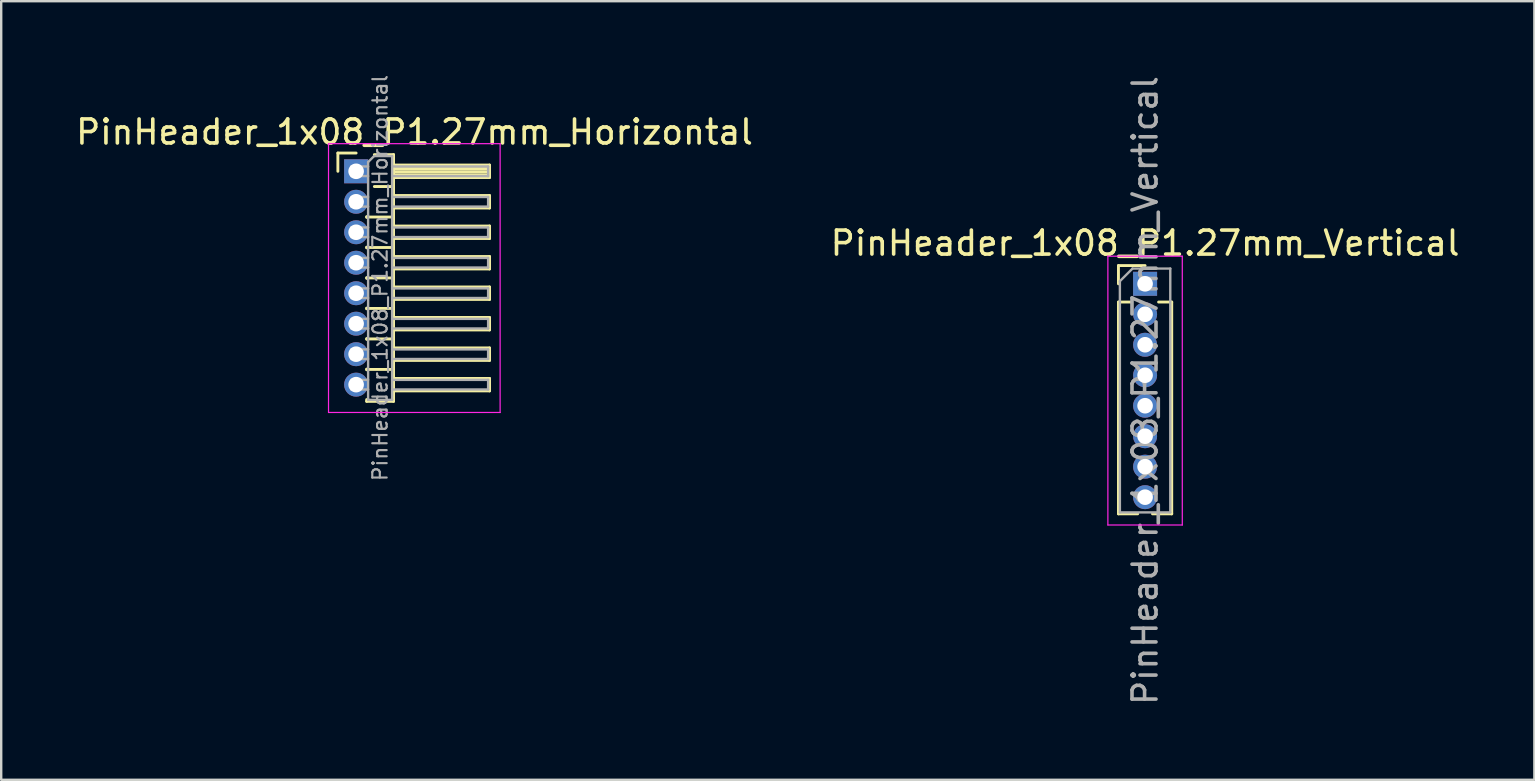
<source format=kicad_pcb>
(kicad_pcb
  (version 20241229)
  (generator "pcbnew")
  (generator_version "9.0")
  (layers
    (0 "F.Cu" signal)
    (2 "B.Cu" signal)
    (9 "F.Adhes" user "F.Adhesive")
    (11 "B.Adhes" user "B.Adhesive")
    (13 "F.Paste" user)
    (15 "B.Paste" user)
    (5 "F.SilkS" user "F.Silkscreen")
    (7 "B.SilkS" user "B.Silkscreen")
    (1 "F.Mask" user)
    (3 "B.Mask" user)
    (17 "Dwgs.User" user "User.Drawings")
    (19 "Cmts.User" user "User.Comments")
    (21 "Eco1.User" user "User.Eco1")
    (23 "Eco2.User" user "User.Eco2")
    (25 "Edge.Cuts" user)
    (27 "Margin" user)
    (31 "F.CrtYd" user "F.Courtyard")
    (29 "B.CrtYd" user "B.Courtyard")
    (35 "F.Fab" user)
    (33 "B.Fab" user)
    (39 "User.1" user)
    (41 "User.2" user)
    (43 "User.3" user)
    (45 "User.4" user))
  (footprint "PinHeader_1x08_P1.27mm_Vertical"
    (layer "F.Cu")
    (at 44.661 8.775)
    (property "Reference" "PinHeader_1x08_P1.27mm_Vertical" (at 0 -1.695 0) (layer "F.SilkS") (effects (font (size 1 1) (thickness 0.15))))
    (attr through_hole)
    (fp_line (start -1.11 -0.76) (end 0 -0.76) (stroke (width 0.12) (type solid)) (layer "F.SilkS"))
    (fp_line (start -1.11 0) (end -1.11 -0.76) (stroke (width 0.12) (type solid)) (layer "F.SilkS"))
    (fp_line (start -1.11 0.76) (end -1.11 9.585) (stroke (width 0.12) (type solid)) (layer "F.SilkS"))
    (fp_line (start -1.11 0.76) (end -0.563 0.76) (stroke (width 0.12) (type solid)) (layer "F.SilkS"))
    (fp_line (start -1.11 9.585) (end -0.308 9.585) (stroke (width 0.12) (type solid)) (layer "F.SilkS"))
    (fp_line (start 0.308 9.585) (end 1.11 9.585) (stroke (width 0.12) (type solid)) (layer "F.SilkS"))
    (fp_line (start 0.563 0.76) (end 1.11 0.76) (stroke (width 0.12) (type solid)) (layer "F.SilkS"))
    (fp_line (start 1.11 0.76) (end 1.11 9.585) (stroke (width 0.12) (type solid)) (layer "F.SilkS"))
    (fp_line (start -1.55 -1.15) (end -1.55 10.05) (stroke (width 0.05) (type solid)) (layer "F.CrtYd"))
    (fp_line (start -1.55 10.05) (end 1.55 10.05) (stroke (width 0.05) (type solid)) (layer "F.CrtYd"))
    (fp_line (start 1.55 -1.15) (end -1.55 -1.15) (stroke (width 0.05) (type solid)) (layer "F.CrtYd"))
    (fp_line (start 1.55 10.05) (end 1.55 -1.15) (stroke (width 0.05) (type solid)) (layer "F.CrtYd"))
    (fp_line (start -1.05 -0.11) (end -0.525 -0.635) (stroke (width 0.1) (type solid)) (layer "F.Fab"))
    (fp_line (start -1.05 9.525) (end -1.05 -0.11) (stroke (width 0.1) (type solid)) (layer "F.Fab"))
    (fp_line (start -0.525 -0.635) (end 1.05 -0.635) (stroke (width 0.1) (type solid)) (layer "F.Fab"))
    (fp_line (start 1.05 -0.635) (end 1.05 9.525) (stroke (width 0.1) (type solid)) (layer "F.Fab"))
    (fp_line (start 1.05 9.525) (end -1.05 9.525) (stroke (width 0.1) (type solid)) (layer "F.Fab"))
    (fp_text user "${REFERENCE}" (at 0 4.445 90) (layer "F.Fab") (effects (font (size 1 1) (thickness 0.15))))
    (pad "1" thru_hole rect (at 0 0) (size 1 1) (drill 0.65) (layers "*.Cu" "*.Mask"))
    (pad "2" thru_hole oval (at 0 1.27) (size 1 1) (drill 0.65) (layers "*.Cu" "*.Mask"))
    (pad "3" thru_hole oval (at 0 2.54) (size 1 1) (drill 0.65) (layers "*.Cu" "*.Mask"))
    (pad "4" thru_hole oval (at 0 3.81) (size 1 1) (drill 0.65) (layers "*.Cu" "*.Mask"))
    (pad "5" thru_hole oval (at 0 5.08) (size 1 1) (drill 0.65) (layers "*.Cu" "*.Mask"))
    (pad "6" thru_hole oval (at 0 6.35) (size 1 1) (drill 0.65) (layers "*.Cu" "*.Mask"))
    (pad "7" thru_hole oval (at 0 7.62) (size 1 1) (drill 0.65) (layers "*.Cu" "*.Mask"))
    (pad "8" thru_hole oval (at 0 8.89) (size 1 1) (drill 0.65) (layers "*.Cu" "*.Mask")))
  (footprint "PinHeader_1x08_P1.27mm_Horizontal"
    (layer "F.Cu")
    (at 11.788 4.087)
    (property "Reference" "PinHeader_1x08_P1.27mm_Horizontal" (at 2.433 -1.635 0) (layer "F.SilkS") (effects (font (size 1 1) (thickness 0.15))))
    (attr through_hole)
    (fp_line (start -0.76 -0.76) (end 0 -0.76) (stroke (width 0.12) (type solid)) (layer "F.SilkS"))
    (fp_line (start -0.76 0) (end -0.76 -0.76) (stroke (width 0.12) (type solid)) (layer "F.SilkS"))
    (fp_line (start 0.44 1.89) (end 0.44 1.92) (stroke (width 0.12) (type solid)) (layer "F.SilkS"))
    (fp_line (start 0.44 1.905) (end 1.56 1.905) (stroke (width 0.12) (type solid)) (layer "F.SilkS"))
    (fp_line (start 0.44 3.16) (end 0.44 3.19) (stroke (width 0.12) (type solid)) (layer "F.SilkS"))
    (fp_line (start 0.44 3.175) (end 1.56 3.175) (stroke (width 0.12) (type solid)) (layer "F.SilkS"))
    (fp_line (start 0.44 4.43) (end 0.44 4.46) (stroke (width 0.12) (type solid)) (layer "F.SilkS"))
    (fp_line (start 0.44 4.445) (end 1.56 4.445) (stroke (width 0.12) (type solid)) (layer "F.SilkS"))
    (fp_line (start 0.44 5.7) (end 0.44 5.73) (stroke (width 0.12) (type solid)) (layer "F.SilkS"))
    (fp_line (start 0.44 5.715) (end 1.56 5.715) (stroke (width 0.12) (type solid)) (layer "F.SilkS"))
    (fp_line (start 0.44 6.97) (end 0.44 7) (stroke (width 0.12) (type solid)) (layer "F.SilkS"))
    (fp_line (start 0.44 6.985) (end 1.56 6.985) (stroke (width 0.12) (type solid)) (layer "F.SilkS"))
    (fp_line (start 0.44 8.24) (end 0.44 8.27) (stroke (width 0.12) (type solid)) (layer "F.SilkS"))
    (fp_line (start 0.44 8.255) (end 1.56 8.255) (stroke (width 0.12) (type solid)) (layer "F.SilkS"))
    (fp_line (start 0.44 9.585) (end 0.44 9.51) (stroke (width 0.12) (type solid)) (layer "F.SilkS"))
    (fp_line (start 0.76 -0.695) (end 1.56 -0.695) (stroke (width 0.12) (type solid)) (layer "F.SilkS"))
    (fp_line (start 0.76 0.635) (end 1.56 0.635) (stroke (width 0.12) (type solid)) (layer "F.SilkS"))
    (fp_line (start 1.56 -0.695) (end 1.56 9.585) (stroke (width 0.12) (type solid)) (layer "F.SilkS"))
    (fp_line (start 1.56 -0.26) (end 5.56 -0.26) (stroke (width 0.12) (type solid)) (layer "F.SilkS"))
    (fp_line (start 1.56 -0.2) (end 5.56 -0.2) (stroke (width 0.12) (type solid)) (layer "F.SilkS"))
    (fp_line (start 1.56 -0.08) (end 5.56 -0.08) (stroke (width 0.12) (type solid)) (layer "F.SilkS"))
    (fp_line (start 1.56 0.04) (end 5.56 0.04) (stroke (width 0.12) (type solid)) (layer "F.SilkS"))
    (fp_line (start 1.56 0.16) (end 5.56 0.16) (stroke (width 0.12) (type solid)) (layer "F.SilkS"))
    (fp_line (start 1.56 1.01) (end 5.56 1.01) (stroke (width 0.12) (type solid)) (layer "F.SilkS"))
    (fp_line (start 1.56 2.28) (end 5.56 2.28) (stroke (width 0.12) (type solid)) (layer "F.SilkS"))
    (fp_line (start 1.56 3.55) (end 5.56 3.55) (stroke (width 0.12) (type solid)) (layer "F.SilkS"))
    (fp_line (start 1.56 4.82) (end 5.56 4.82) (stroke (width 0.12) (type solid)) (layer "F.SilkS"))
    (fp_line (start 1.56 6.09) (end 5.56 6.09) (stroke (width 0.12) (type solid)) (layer "F.SilkS"))
    (fp_line (start 1.56 7.36) (end 5.56 7.36) (stroke (width 0.12) (type solid)) (layer "F.SilkS"))
    (fp_line (start 1.56 8.63) (end 5.56 8.63) (stroke (width 0.12) (type solid)) (layer "F.SilkS"))
    (fp_line (start 1.56 9.585) (end 0.44 9.585) (stroke (width 0.12) (type solid)) (layer "F.SilkS"))
    (fp_line (start 5.56 -0.26) (end 5.56 0.26) (stroke (width 0.12) (type solid)) (layer "F.SilkS"))
    (fp_line (start 5.56 0.26) (end 1.56 0.26) (stroke (width 0.12) (type solid)) (layer "F.SilkS"))
    (fp_line (start 5.56 1.01) (end 5.56 1.53) (stroke (width 0.12) (type solid)) (layer "F.SilkS"))
    (fp_line (start 5.56 1.53) (end 1.56 1.53) (stroke (width 0.12) (type solid)) (layer "F.SilkS"))
    (fp_line (start 5.56 2.28) (end 5.56 2.8) (stroke (width 0.12) (type solid)) (layer "F.SilkS"))
    (fp_line (start 5.56 2.8) (end 1.56 2.8) (stroke (width 0.12) (type solid)) (layer "F.SilkS"))
    (fp_line (start 5.56 3.55) (end 5.56 4.07) (stroke (width 0.12) (type solid)) (layer "F.SilkS"))
    (fp_line (start 5.56 4.07) (end 1.56 4.07) (stroke (width 0.12) (type solid)) (layer "F.SilkS"))
    (fp_line (start 5.56 4.82) (end 5.56 5.34) (stroke (width 0.12) (type solid)) (layer "F.SilkS"))
    (fp_line (start 5.56 5.34) (end 1.56 5.34) (stroke (width 0.12) (type solid)) (layer "F.SilkS"))
    (fp_line (start 5.56 6.09) (end 5.56 6.61) (stroke (width 0.12) (type solid)) (layer "F.SilkS"))
    (fp_line (start 5.56 6.61) (end 1.56 6.61) (stroke (width 0.12) (type solid)) (layer "F.SilkS"))
    (fp_line (start 5.56 7.36) (end 5.56 7.88) (stroke (width 0.12) (type solid)) (layer "F.SilkS"))
    (fp_line (start 5.56 7.88) (end 1.56 7.88) (stroke (width 0.12) (type solid)) (layer "F.SilkS"))
    (fp_line (start 5.56 8.63) (end 5.56 9.15) (stroke (width 0.12) (type solid)) (layer "F.SilkS"))
    (fp_line (start 5.56 9.15) (end 1.56 9.15) (stroke (width 0.12) (type solid)) (layer "F.SilkS"))
    (fp_line (start -1.15 -1.15) (end -1.15 10.05) (stroke (width 0.05) (type solid)) (layer "F.CrtYd"))
    (fp_line (start -1.15 10.05) (end 6 10.05) (stroke (width 0.05) (type solid)) (layer "F.CrtYd"))
    (fp_line (start 6 -1.15) (end -1.15 -1.15) (stroke (width 0.05) (type solid)) (layer "F.CrtYd"))
    (fp_line (start 6 10.05) (end 6 -1.15) (stroke (width 0.05) (type solid)) (layer "F.CrtYd"))
    (fp_line (start -0.2 -0.2) (end -0.2 0.2) (stroke (width 0.1) (type solid)) (layer "F.Fab"))
    (fp_line (start -0.2 -0.2) (end 0.5 -0.2) (stroke (width 0.1) (type solid)) (layer "F.Fab"))
    (fp_line (start -0.2 0.2) (end 0.5 0.2) (stroke (width 0.1) (type solid)) (layer "F.Fab"))
    (fp_line (start -0.2 1.07) (end -0.2 1.47) (stroke (width 0.1) (type solid)) (layer "F.Fab"))
    (fp_line (start -0.2 1.07) (end 0.5 1.07) (stroke (width 0.1) (type solid)) (layer "F.Fab"))
    (fp_line (start -0.2 1.47) (end 0.5 1.47) (stroke (width 0.1) (type solid)) (layer "F.Fab"))
    (fp_line (start -0.2 2.34) (end -0.2 2.74) (stroke (width 0.1) (type solid)) (layer "F.Fab"))
    (fp_line (start -0.2 2.34) (end 0.5 2.34) (stroke (width 0.1) (type solid)) (layer "F.Fab"))
    (fp_line (start -0.2 2.74) (end 0.5 2.74) (stroke (width 0.1) (type solid)) (layer "F.Fab"))
    (fp_line (start -0.2 3.61) (end -0.2 4.01) (stroke (width 0.1) (type solid)) (layer "F.Fab"))
    (fp_line (start -0.2 3.61) (end 0.5 3.61) (stroke (width 0.1) (type solid)) (layer "F.Fab"))
    (fp_line (start -0.2 4.01) (end 0.5 4.01) (stroke (width 0.1) (type solid)) (layer "F.Fab"))
    (fp_line (start -0.2 4.88) (end -0.2 5.28) (stroke (width 0.1) (type solid)) (layer "F.Fab"))
    (fp_line (start -0.2 4.88) (end 0.5 4.88) (stroke (width 0.1) (type solid)) (layer "F.Fab"))
    (fp_line (start -0.2 5.28) (end 0.5 5.28) (stroke (width 0.1) (type solid)) (layer "F.Fab"))
    (fp_line (start -0.2 6.15) (end -0.2 6.55) (stroke (width 0.1) (type solid)) (layer "F.Fab"))
    (fp_line (start -0.2 6.15) (end 0.5 6.15) (stroke (width 0.1) (type solid)) (layer "F.Fab"))
    (fp_line (start -0.2 6.55) (end 0.5 6.55) (stroke (width 0.1) (type solid)) (layer "F.Fab"))
    (fp_line (start -0.2 7.42) (end -0.2 7.82) (stroke (width 0.1) (type solid)) (layer "F.Fab"))
    (fp_line (start -0.2 7.42) (end 0.5 7.42) (stroke (width 0.1) (type solid)) (layer "F.Fab"))
    (fp_line (start -0.2 7.82) (end 0.5 7.82) (stroke (width 0.1) (type solid)) (layer "F.Fab"))
    (fp_line (start -0.2 8.69) (end -0.2 9.09) (stroke (width 0.1) (type solid)) (layer "F.Fab"))
    (fp_line (start -0.2 8.69) (end 0.5 8.69) (stroke (width 0.1) (type solid)) (layer "F.Fab"))
    (fp_line (start -0.2 9.09) (end 0.5 9.09) (stroke (width 0.1) (type solid)) (layer "F.Fab"))
    (fp_line (start 0.5 -0.385) (end 0.75 -0.635) (stroke (width 0.1) (type solid)) (layer "F.Fab"))
    (fp_line (start 0.5 9.525) (end 0.5 -0.385) (stroke (width 0.1) (type solid)) (layer "F.Fab"))
    (fp_line (start 0.75 -0.635) (end 1.5 -0.635) (stroke (width 0.1) (type solid)) (layer "F.Fab"))
    (fp_line (start 1.5 -0.635) (end 1.5 9.525) (stroke (width 0.1) (type solid)) (layer "F.Fab"))
    (fp_line (start 1.5 -0.2) (end 5.5 -0.2) (stroke (width 0.1) (type solid)) (layer "F.Fab"))
    (fp_line (start 1.5 0.2) (end 5.5 0.2) (stroke (width 0.1) (type solid)) (layer "F.Fab"))
    (fp_line (start 1.5 1.07) (end 5.5 1.07) (stroke (width 0.1) (type solid)) (layer "F.Fab"))
    (fp_line (start 1.5 1.47) (end 5.5 1.47) (stroke (width 0.1) (type solid)) (layer "F.Fab"))
    (fp_line (start 1.5 2.34) (end 5.5 2.34) (stroke (width 0.1) (type solid)) (layer "F.Fab"))
    (fp_line (start 1.5 2.74) (end 5.5 2.74) (stroke (width 0.1) (type solid)) (layer "F.Fab"))
    (fp_line (start 1.5 3.61) (end 5.5 3.61) (stroke (width 0.1) (type solid)) (layer "F.Fab"))
    (fp_line (start 1.5 4.01) (end 5.5 4.01) (stroke (width 0.1) (type solid)) (layer "F.Fab"))
    (fp_line (start 1.5 4.88) (end 5.5 4.88) (stroke (width 0.1) (type solid)) (layer "F.Fab"))
    (fp_line (start 1.5 5.28) (end 5.5 5.28) (stroke (width 0.1) (type solid)) (layer "F.Fab"))
    (fp_line (start 1.5 6.15) (end 5.5 6.15) (stroke (width 0.1) (type solid)) (layer "F.Fab"))
    (fp_line (start 1.5 6.55) (end 5.5 6.55) (stroke (width 0.1) (type solid)) (layer "F.Fab"))
    (fp_line (start 1.5 7.42) (end 5.5 7.42) (stroke (width 0.1) (type solid)) (layer "F.Fab"))
    (fp_line (start 1.5 7.82) (end 5.5 7.82) (stroke (width 0.1) (type solid)) (layer "F.Fab"))
    (fp_line (start 1.5 8.69) (end 5.5 8.69) (stroke (width 0.1) (type solid)) (layer "F.Fab"))
    (fp_line (start 1.5 9.09) (end 5.5 9.09) (stroke (width 0.1) (type solid)) (layer "F.Fab"))
    (fp_line (start 1.5 9.525) (end 0.5 9.525) (stroke (width 0.1) (type solid)) (layer "F.Fab"))
    (fp_line (start 5.5 -0.2) (end 5.5 0.2) (stroke (width 0.1) (type solid)) (layer "F.Fab"))
    (fp_line (start 5.5 1.07) (end 5.5 1.47) (stroke (width 0.1) (type solid)) (layer "F.Fab"))
    (fp_line (start 5.5 2.34) (end 5.5 2.74) (stroke (width 0.1) (type solid)) (layer "F.Fab"))
    (fp_line (start 5.5 3.61) (end 5.5 4.01) (stroke (width 0.1) (type solid)) (layer "F.Fab"))
    (fp_line (start 5.5 4.88) (end 5.5 5.28) (stroke (width 0.1) (type solid)) (layer "F.Fab"))
    (fp_line (start 5.5 6.15) (end 5.5 6.55) (stroke (width 0.1) (type solid)) (layer "F.Fab"))
    (fp_line (start 5.5 7.42) (end 5.5 7.82) (stroke (width 0.1) (type solid)) (layer "F.Fab"))
    (fp_line (start 5.5 8.69) (end 5.5 9.09) (stroke (width 0.1) (type solid)) (layer "F.Fab"))
    (fp_text user "${REFERENCE}" (at 1 4.445 90) (layer "F.Fab") (effects (font (size 0.6 0.6) (thickness 0.09))))
    (pad "1" thru_hole rect (at 0 0) (size 1 1) (drill 0.65) (layers "*.Cu" "*.Mask"))
    (pad "2" thru_hole oval (at 0 1.27) (size 1 1) (drill 0.65) (layers "*.Cu" "*.Mask"))
    (pad "3" thru_hole oval (at 0 2.54) (size 1 1) (drill 0.65) (layers "*.Cu" "*.Mask"))
    (pad "4" thru_hole oval (at 0 3.81) (size 1 1) (drill 0.65) (layers "*.Cu" "*.Mask"))
    (pad "5" thru_hole oval (at 0 5.08) (size 1 1) (drill 0.65) (layers "*.Cu" "*.Mask"))
    (pad "6" thru_hole oval (at 0 6.35) (size 1 1) (drill 0.65) (layers "*.Cu" "*.Mask"))
    (pad "7" thru_hole oval (at 0 7.62) (size 1 1) (drill 0.65) (layers "*.Cu" "*.Mask"))
    (pad "8" thru_hole oval (at 0 8.89) (size 1 1) (drill 0.65) (layers "*.Cu" "*.Mask")))
  (gr_rect
    (start -3 -3)
    (end 60.881 29.44)
    (stroke (width 0.1) (type default))
    (fill no)
    (layer "Edge.Cuts")))
</source>
